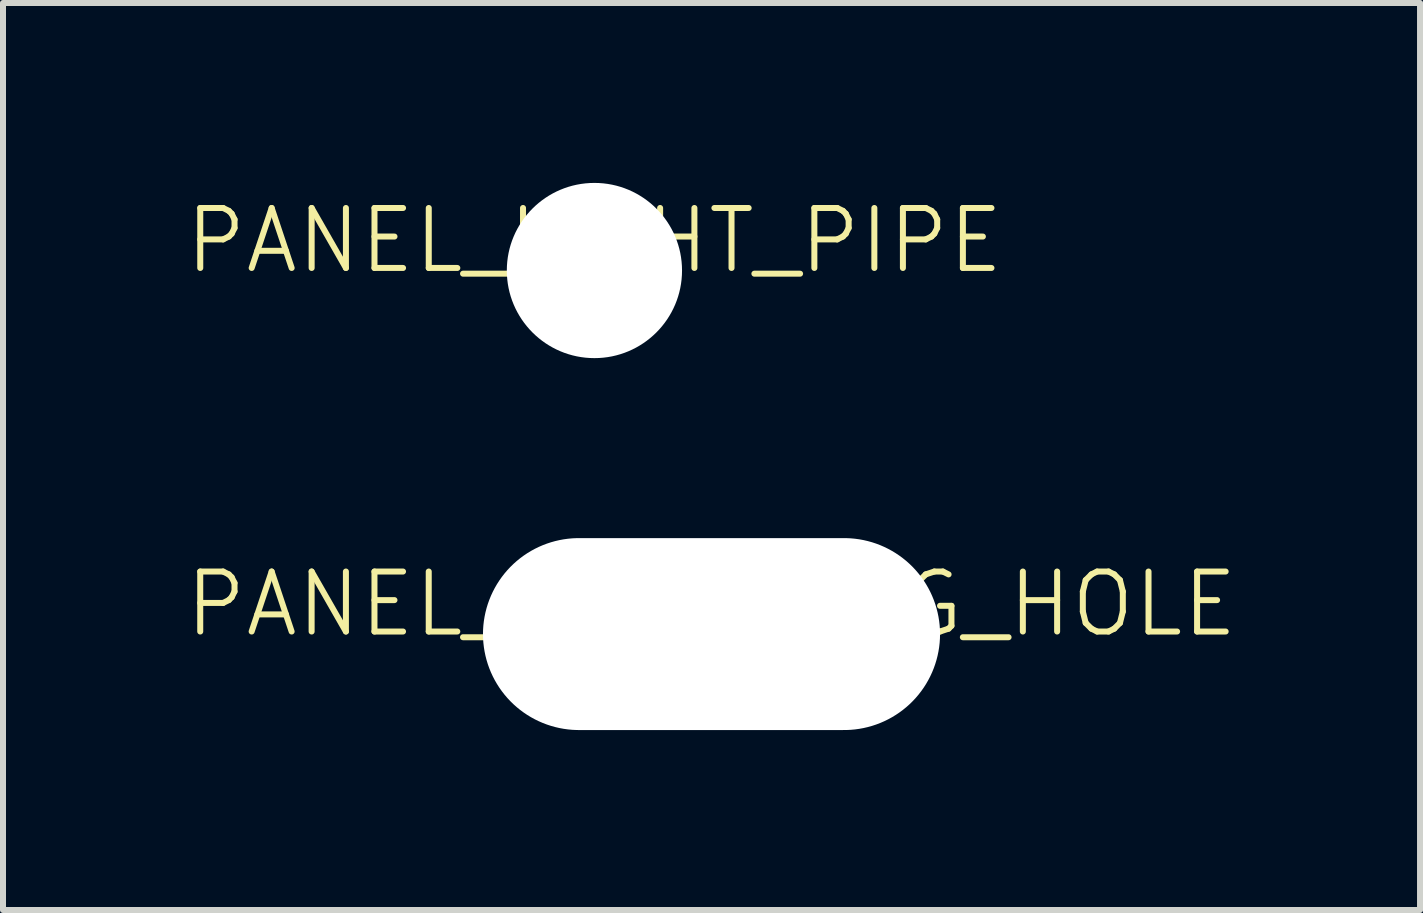
<source format=kicad_pcb>
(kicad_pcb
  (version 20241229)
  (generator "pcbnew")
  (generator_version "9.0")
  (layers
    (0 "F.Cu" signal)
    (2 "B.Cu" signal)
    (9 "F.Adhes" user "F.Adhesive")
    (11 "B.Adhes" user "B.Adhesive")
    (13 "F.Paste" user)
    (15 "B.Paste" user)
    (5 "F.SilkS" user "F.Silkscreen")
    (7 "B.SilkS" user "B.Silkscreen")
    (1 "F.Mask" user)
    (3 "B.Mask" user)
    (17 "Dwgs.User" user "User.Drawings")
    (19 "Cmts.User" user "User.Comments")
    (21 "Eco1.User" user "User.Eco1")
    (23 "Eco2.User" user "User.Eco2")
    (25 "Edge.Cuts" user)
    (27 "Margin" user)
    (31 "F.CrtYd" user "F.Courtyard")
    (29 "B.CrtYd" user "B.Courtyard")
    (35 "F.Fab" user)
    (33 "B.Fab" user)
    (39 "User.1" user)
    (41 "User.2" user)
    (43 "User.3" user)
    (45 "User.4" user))
  (footprint "PANEL_MOUNTING_HOLE"
    (layer "F.Cu")
    (at 8.812 7.521)
    (property "Reference" "PANEL_MOUNTING_HOLE" (at 0 -0.5 0) (unlocked yes) (layer "F.SilkS") (effects (font (size 1 1) (thickness 0.1))))
    (attr through_hole)
    (pad "" np_thru_hole oval (at 0 0) (size 7.62 3.2) (drill oval 7.62 3.2) (layers "*.Cu" "*.Mask")))
  (footprint "PANEL_LIGHT_PIPE"
    (layer "F.Cu")
    (at 6.86 1.46)
    (property "Reference" "PANEL_LIGHT_PIPE" (at 0 -0.5 0) (unlocked yes) (layer "F.SilkS") (effects (font (size 1 1) (thickness 0.1))))
    (attr through_hole)
    (pad "" np_thru_hole circle (at 0 0) (size 2.921 2.921) (drill 2.921) (layers "*.Cu" "*.Mask")))
  (gr_rect
    (start -3 -3)
    (end 20.624 12.121)
    (stroke (width 0.1) (type default))
    (fill no)
    (layer "Edge.Cuts")))
</source>
